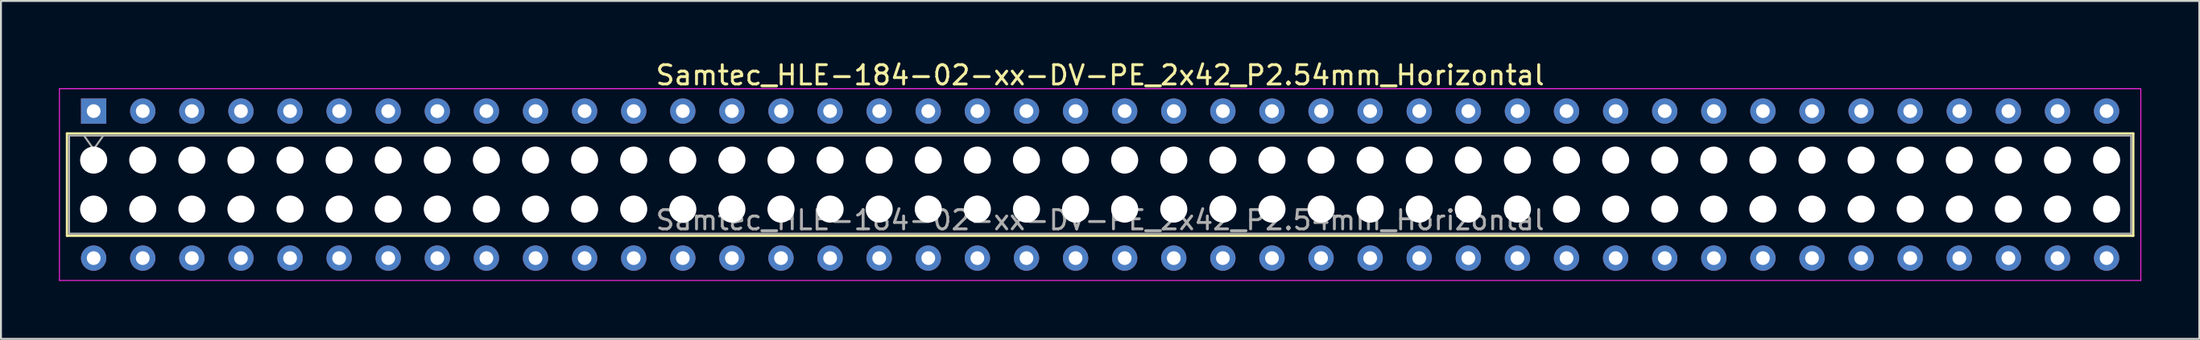
<source format=kicad_pcb>
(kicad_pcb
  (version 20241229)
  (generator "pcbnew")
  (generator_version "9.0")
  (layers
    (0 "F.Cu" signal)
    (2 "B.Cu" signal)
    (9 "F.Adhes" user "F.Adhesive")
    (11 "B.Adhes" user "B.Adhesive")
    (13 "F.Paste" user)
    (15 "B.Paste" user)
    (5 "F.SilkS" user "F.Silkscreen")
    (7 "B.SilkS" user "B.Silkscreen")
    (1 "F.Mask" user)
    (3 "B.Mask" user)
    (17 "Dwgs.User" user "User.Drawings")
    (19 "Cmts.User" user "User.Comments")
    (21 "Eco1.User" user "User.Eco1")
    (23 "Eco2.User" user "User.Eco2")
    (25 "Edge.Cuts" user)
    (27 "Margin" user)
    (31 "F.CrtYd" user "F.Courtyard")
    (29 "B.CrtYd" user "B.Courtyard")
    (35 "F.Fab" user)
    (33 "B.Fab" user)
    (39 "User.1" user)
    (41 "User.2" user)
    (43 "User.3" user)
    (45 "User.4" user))
  (footprint "Samtec_HLE-184-02-xx-DV-PE_2x42_P2.54mm_Horizontal"
    (layer "F.Cu")
    (at 1.795 2.708)
    (property "Reference" "Samtec_HLE-184-02-xx-DV-PE_2x42_P2.54mm_Horizontal" (at 52.07 -1.86 0) (layer "F.SilkS") (effects (font (size 1 1) (thickness 0.15))))
    (attr through_hole)
    (fp_line (start -1.38 1.16) (end 105.52 1.16) (stroke (width 0.12) (type solid)) (layer "F.SilkS"))
    (fp_line (start -1.38 6.46) (end -1.38 1.16) (stroke (width 0.12) (type solid)) (layer "F.SilkS"))
    (fp_line (start 105.52 1.16) (end 105.52 6.46) (stroke (width 0.12) (type solid)) (layer "F.SilkS"))
    (fp_line (start 105.52 6.46) (end -1.38 6.46) (stroke (width 0.12) (type solid)) (layer "F.SilkS"))
    (fp_line (start -1.77 -1.16) (end 105.91 -1.16) (stroke (width 0.05) (type solid)) (layer "F.CrtYd"))
    (fp_line (start -1.77 8.78) (end -1.77 -1.16) (stroke (width 0.05) (type solid)) (layer "F.CrtYd"))
    (fp_line (start 105.91 -1.16) (end 105.91 8.78) (stroke (width 0.05) (type solid)) (layer "F.CrtYd"))
    (fp_line (start 105.91 8.78) (end -1.77 8.78) (stroke (width 0.05) (type solid)) (layer "F.CrtYd"))
    (fp_line (start -1.27 1.27) (end 105.41 1.27) (stroke (width 0.1) (type solid)) (layer "F.Fab"))
    (fp_line (start -1.27 6.35) (end -1.27 1.27) (stroke (width 0.1) (type solid)) (layer "F.Fab"))
    (fp_line (start -0.5 1.27) (end 0 1.977) (stroke (width 0.1) (type solid)) (layer "F.Fab"))
    (fp_line (start 0 1.977) (end 0.5 1.27) (stroke (width 0.1) (type solid)) (layer "F.Fab"))
    (fp_line (start 105.41 1.27) (end 105.41 6.35) (stroke (width 0.1) (type solid)) (layer "F.Fab"))
    (fp_line (start 105.41 6.35) (end -1.27 6.35) (stroke (width 0.1) (type solid)) (layer "F.Fab"))
    (fp_text user "${REFERENCE}" (at 52.07 5.65 0) (layer "F.Fab") (effects (font (size 1 1) (thickness 0.15))))
    (pad "" np_thru_hole circle (at 0 2.54) (size 1.4 1.4) (drill 1.4) (layers "*.Cu" "*.Mask"))
    (pad "" np_thru_hole circle (at 0 5.08) (size 1.4 1.4) (drill 1.4) (layers "*.Cu" "*.Mask"))
    (pad "" np_thru_hole circle (at 2.54 2.54) (size 1.4 1.4) (drill 1.4) (layers "*.Cu" "*.Mask"))
    (pad "" np_thru_hole circle (at 2.54 5.08) (size 1.4 1.4) (drill 1.4) (layers "*.Cu" "*.Mask"))
    (pad "" np_thru_hole circle (at 5.08 2.54) (size 1.4 1.4) (drill 1.4) (layers "*.Cu" "*.Mask"))
    (pad "" np_thru_hole circle (at 5.08 5.08) (size 1.4 1.4) (drill 1.4) (layers "*.Cu" "*.Mask"))
    (pad "" np_thru_hole circle (at 7.62 2.54) (size 1.4 1.4) (drill 1.4) (layers "*.Cu" "*.Mask"))
    (pad "" np_thru_hole circle (at 7.62 5.08) (size 1.4 1.4) (drill 1.4) (layers "*.Cu" "*.Mask"))
    (pad "" np_thru_hole circle (at 10.16 2.54) (size 1.4 1.4) (drill 1.4) (layers "*.Cu" "*.Mask"))
    (pad "" np_thru_hole circle (at 10.16 5.08) (size 1.4 1.4) (drill 1.4) (layers "*.Cu" "*.Mask"))
    (pad "" np_thru_hole circle (at 12.7 2.54) (size 1.4 1.4) (drill 1.4) (layers "*.Cu" "*.Mask"))
    (pad "" np_thru_hole circle (at 12.7 5.08) (size 1.4 1.4) (drill 1.4) (layers "*.Cu" "*.Mask"))
    (pad "" np_thru_hole circle (at 15.24 2.54) (size 1.4 1.4) (drill 1.4) (layers "*.Cu" "*.Mask"))
    (pad "" np_thru_hole circle (at 15.24 5.08) (size 1.4 1.4) (drill 1.4) (layers "*.Cu" "*.Mask"))
    (pad "" np_thru_hole circle (at 17.78 2.54) (size 1.4 1.4) (drill 1.4) (layers "*.Cu" "*.Mask"))
    (pad "" np_thru_hole circle (at 17.78 5.08) (size 1.4 1.4) (drill 1.4) (layers "*.Cu" "*.Mask"))
    (pad "" np_thru_hole circle (at 20.32 2.54) (size 1.4 1.4) (drill 1.4) (layers "*.Cu" "*.Mask"))
    (pad "" np_thru_hole circle (at 20.32 5.08) (size 1.4 1.4) (drill 1.4) (layers "*.Cu" "*.Mask"))
    (pad "" np_thru_hole circle (at 22.86 2.54) (size 1.4 1.4) (drill 1.4) (layers "*.Cu" "*.Mask"))
    (pad "" np_thru_hole circle (at 22.86 5.08) (size 1.4 1.4) (drill 1.4) (layers "*.Cu" "*.Mask"))
    (pad "" np_thru_hole circle (at 25.4 2.54) (size 1.4 1.4) (drill 1.4) (layers "*.Cu" "*.Mask"))
    (pad "" np_thru_hole circle (at 25.4 5.08) (size 1.4 1.4) (drill 1.4) (layers "*.Cu" "*.Mask"))
    (pad "" np_thru_hole circle (at 27.94 2.54) (size 1.4 1.4) (drill 1.4) (layers "*.Cu" "*.Mask"))
    (pad "" np_thru_hole circle (at 27.94 5.08) (size 1.4 1.4) (drill 1.4) (layers "*.Cu" "*.Mask"))
    (pad "" np_thru_hole circle (at 30.48 2.54) (size 1.4 1.4) (drill 1.4) (layers "*.Cu" "*.Mask"))
    (pad "" np_thru_hole circle (at 30.48 5.08) (size 1.4 1.4) (drill 1.4) (layers "*.Cu" "*.Mask"))
    (pad "" np_thru_hole circle (at 33.02 2.54) (size 1.4 1.4) (drill 1.4) (layers "*.Cu" "*.Mask"))
    (pad "" np_thru_hole circle (at 33.02 5.08) (size 1.4 1.4) (drill 1.4) (layers "*.Cu" "*.Mask"))
    (pad "" np_thru_hole circle (at 35.56 2.54) (size 1.4 1.4) (drill 1.4) (layers "*.Cu" "*.Mask"))
    (pad "" np_thru_hole circle (at 35.56 5.08) (size 1.4 1.4) (drill 1.4) (layers "*.Cu" "*.Mask"))
    (pad "" np_thru_hole circle (at 38.1 2.54) (size 1.4 1.4) (drill 1.4) (layers "*.Cu" "*.Mask"))
    (pad "" np_thru_hole circle (at 38.1 5.08) (size 1.4 1.4) (drill 1.4) (layers "*.Cu" "*.Mask"))
    (pad "" np_thru_hole circle (at 40.64 2.54) (size 1.4 1.4) (drill 1.4) (layers "*.Cu" "*.Mask"))
    (pad "" np_thru_hole circle (at 40.64 5.08) (size 1.4 1.4) (drill 1.4) (layers "*.Cu" "*.Mask"))
    (pad "" np_thru_hole circle (at 43.18 2.54) (size 1.4 1.4) (drill 1.4) (layers "*.Cu" "*.Mask"))
    (pad "" np_thru_hole circle (at 43.18 5.08) (size 1.4 1.4) (drill 1.4) (layers "*.Cu" "*.Mask"))
    (pad "" np_thru_hole circle (at 45.72 2.54) (size 1.4 1.4) (drill 1.4) (layers "*.Cu" "*.Mask"))
    (pad "" np_thru_hole circle (at 45.72 5.08) (size 1.4 1.4) (drill 1.4) (layers "*.Cu" "*.Mask"))
    (pad "" np_thru_hole circle (at 48.26 2.54) (size 1.4 1.4) (drill 1.4) (layers "*.Cu" "*.Mask"))
    (pad "" np_thru_hole circle (at 48.26 5.08) (size 1.4 1.4) (drill 1.4) (layers "*.Cu" "*.Mask"))
    (pad "" np_thru_hole circle (at 50.8 2.54) (size 1.4 1.4) (drill 1.4) (layers "*.Cu" "*.Mask"))
    (pad "" np_thru_hole circle (at 50.8 5.08) (size 1.4 1.4) (drill 1.4) (layers "*.Cu" "*.Mask"))
    (pad "" np_thru_hole circle (at 53.34 2.54) (size 1.4 1.4) (drill 1.4) (layers "*.Cu" "*.Mask"))
    (pad "" np_thru_hole circle (at 53.34 5.08) (size 1.4 1.4) (drill 1.4) (layers "*.Cu" "*.Mask"))
    (pad "" np_thru_hole circle (at 55.88 2.54) (size 1.4 1.4) (drill 1.4) (layers "*.Cu" "*.Mask"))
    (pad "" np_thru_hole circle (at 55.88 5.08) (size 1.4 1.4) (drill 1.4) (layers "*.Cu" "*.Mask"))
    (pad "" np_thru_hole circle (at 58.42 2.54) (size 1.4 1.4) (drill 1.4) (layers "*.Cu" "*.Mask"))
    (pad "" np_thru_hole circle (at 58.42 5.08) (size 1.4 1.4) (drill 1.4) (layers "*.Cu" "*.Mask"))
    (pad "" np_thru_hole circle (at 60.96 2.54) (size 1.4 1.4) (drill 1.4) (layers "*.Cu" "*.Mask"))
    (pad "" np_thru_hole circle (at 60.96 5.08) (size 1.4 1.4) (drill 1.4) (layers "*.Cu" "*.Mask"))
    (pad "" np_thru_hole circle (at 63.5 2.54) (size 1.4 1.4) (drill 1.4) (layers "*.Cu" "*.Mask"))
    (pad "" np_thru_hole circle (at 63.5 5.08) (size 1.4 1.4) (drill 1.4) (layers "*.Cu" "*.Mask"))
    (pad "" np_thru_hole circle (at 66.04 2.54) (size 1.4 1.4) (drill 1.4) (layers "*.Cu" "*.Mask"))
    (pad "" np_thru_hole circle (at 66.04 5.08) (size 1.4 1.4) (drill 1.4) (layers "*.Cu" "*.Mask"))
    (pad "" np_thru_hole circle (at 68.58 2.54) (size 1.4 1.4) (drill 1.4) (layers "*.Cu" "*.Mask"))
    (pad "" np_thru_hole circle (at 68.58 5.08) (size 1.4 1.4) (drill 1.4) (layers "*.Cu" "*.Mask"))
    (pad "" np_thru_hole circle (at 71.12 2.54) (size 1.4 1.4) (drill 1.4) (layers "*.Cu" "*.Mask"))
    (pad "" np_thru_hole circle (at 71.12 5.08) (size 1.4 1.4) (drill 1.4) (layers "*.Cu" "*.Mask"))
    (pad "" np_thru_hole circle (at 73.66 2.54) (size 1.4 1.4) (drill 1.4) (layers "*.Cu" "*.Mask"))
    (pad "" np_thru_hole circle (at 73.66 5.08) (size 1.4 1.4) (drill 1.4) (layers "*.Cu" "*.Mask"))
    (pad "" np_thru_hole circle (at 76.2 2.54) (size 1.4 1.4) (drill 1.4) (layers "*.Cu" "*.Mask"))
    (pad "" np_thru_hole circle (at 76.2 5.08) (size 1.4 1.4) (drill 1.4) (layers "*.Cu" "*.Mask"))
    (pad "" np_thru_hole circle (at 78.74 2.54) (size 1.4 1.4) (drill 1.4) (layers "*.Cu" "*.Mask"))
    (pad "" np_thru_hole circle (at 78.74 5.08) (size 1.4 1.4) (drill 1.4) (layers "*.Cu" "*.Mask"))
    (pad "" np_thru_hole circle (at 81.28 2.54) (size 1.4 1.4) (drill 1.4) (layers "*.Cu" "*.Mask"))
    (pad "" np_thru_hole circle (at 81.28 5.08) (size 1.4 1.4) (drill 1.4) (layers "*.Cu" "*.Mask"))
    (pad "" np_thru_hole circle (at 83.82 2.54) (size 1.4 1.4) (drill 1.4) (layers "*.Cu" "*.Mask"))
    (pad "" np_thru_hole circle (at 83.82 5.08) (size 1.4 1.4) (drill 1.4) (layers "*.Cu" "*.Mask"))
    (pad "" np_thru_hole circle (at 86.36 2.54) (size 1.4 1.4) (drill 1.4) (layers "*.Cu" "*.Mask"))
    (pad "" np_thru_hole circle (at 86.36 5.08) (size 1.4 1.4) (drill 1.4) (layers "*.Cu" "*.Mask"))
    (pad "" np_thru_hole circle (at 88.9 2.54) (size 1.4 1.4) (drill 1.4) (layers "*.Cu" "*.Mask"))
    (pad "" np_thru_hole circle (at 88.9 5.08) (size 1.4 1.4) (drill 1.4) (layers "*.Cu" "*.Mask"))
    (pad "" np_thru_hole circle (at 91.44 2.54) (size 1.4 1.4) (drill 1.4) (layers "*.Cu" "*.Mask"))
    (pad "" np_thru_hole circle (at 91.44 5.08) (size 1.4 1.4) (drill 1.4) (layers "*.Cu" "*.Mask"))
    (pad "" np_thru_hole circle (at 93.98 2.54) (size 1.4 1.4) (drill 1.4) (layers "*.Cu" "*.Mask"))
    (pad "" np_thru_hole circle (at 93.98 5.08) (size 1.4 1.4) (drill 1.4) (layers "*.Cu" "*.Mask"))
    (pad "" np_thru_hole circle (at 96.52 2.54) (size 1.4 1.4) (drill 1.4) (layers "*.Cu" "*.Mask"))
    (pad "" np_thru_hole circle (at 96.52 5.08) (size 1.4 1.4) (drill 1.4) (layers "*.Cu" "*.Mask"))
    (pad "" np_thru_hole circle (at 99.06 2.54) (size 1.4 1.4) (drill 1.4) (layers "*.Cu" "*.Mask"))
    (pad "" np_thru_hole circle (at 99.06 5.08) (size 1.4 1.4) (drill 1.4) (layers "*.Cu" "*.Mask"))
    (pad "" np_thru_hole circle (at 101.6 2.54) (size 1.4 1.4) (drill 1.4) (layers "*.Cu" "*.Mask"))
    (pad "" np_thru_hole circle (at 101.6 5.08) (size 1.4 1.4) (drill 1.4) (layers "*.Cu" "*.Mask"))
    (pad "" np_thru_hole circle (at 104.14 2.54) (size 1.4 1.4) (drill 1.4) (layers "*.Cu" "*.Mask"))
    (pad "" np_thru_hole circle (at 104.14 5.08) (size 1.4 1.4) (drill 1.4) (layers "*.Cu" "*.Mask"))
    (pad "1" thru_hole rect (at 0 0) (size 1.31 1.31) (drill 0.71) (layers "*.Cu" "*.Mask"))
    (pad "2" thru_hole circle (at 0 7.62) (size 1.31 1.31) (drill 0.71) (layers "*.Cu" "*.Mask"))
    (pad "3" thru_hole circle (at 2.54 0) (size 1.31 1.31) (drill 0.71) (layers "*.Cu" "*.Mask"))
    (pad "4" thru_hole circle (at 2.54 7.62) (size 1.31 1.31) (drill 0.71) (layers "*.Cu" "*.Mask"))
    (pad "5" thru_hole circle (at 5.08 0) (size 1.31 1.31) (drill 0.71) (layers "*.Cu" "*.Mask"))
    (pad "6" thru_hole circle (at 5.08 7.62) (size 1.31 1.31) (drill 0.71) (layers "*.Cu" "*.Mask"))
    (pad "7" thru_hole circle (at 7.62 0) (size 1.31 1.31) (drill 0.71) (layers "*.Cu" "*.Mask"))
    (pad "8" thru_hole circle (at 7.62 7.62) (size 1.31 1.31) (drill 0.71) (layers "*.Cu" "*.Mask"))
    (pad "9" thru_hole circle (at 10.16 0) (size 1.31 1.31) (drill 0.71) (layers "*.Cu" "*.Mask"))
    (pad "10" thru_hole circle (at 10.16 7.62) (size 1.31 1.31) (drill 0.71) (layers "*.Cu" "*.Mask"))
    (pad "11" thru_hole circle (at 12.7 0) (size 1.31 1.31) (drill 0.71) (layers "*.Cu" "*.Mask"))
    (pad "12" thru_hole circle (at 12.7 7.62) (size 1.31 1.31) (drill 0.71) (layers "*.Cu" "*.Mask"))
    (pad "13" thru_hole circle (at 15.24 0) (size 1.31 1.31) (drill 0.71) (layers "*.Cu" "*.Mask"))
    (pad "14" thru_hole circle (at 15.24 7.62) (size 1.31 1.31) (drill 0.71) (layers "*.Cu" "*.Mask"))
    (pad "15" thru_hole circle (at 17.78 0) (size 1.31 1.31) (drill 0.71) (layers "*.Cu" "*.Mask"))
    (pad "16" thru_hole circle (at 17.78 7.62) (size 1.31 1.31) (drill 0.71) (layers "*.Cu" "*.Mask"))
    (pad "17" thru_hole circle (at 20.32 0) (size 1.31 1.31) (drill 0.71) (layers "*.Cu" "*.Mask"))
    (pad "18" thru_hole circle (at 20.32 7.62) (size 1.31 1.31) (drill 0.71) (layers "*.Cu" "*.Mask"))
    (pad "19" thru_hole circle (at 22.86 0) (size 1.31 1.31) (drill 0.71) (layers "*.Cu" "*.Mask"))
    (pad "20" thru_hole circle (at 22.86 7.62) (size 1.31 1.31) (drill 0.71) (layers "*.Cu" "*.Mask"))
    (pad "21" thru_hole circle (at 25.4 0) (size 1.31 1.31) (drill 0.71) (layers "*.Cu" "*.Mask"))
    (pad "22" thru_hole circle (at 25.4 7.62) (size 1.31 1.31) (drill 0.71) (layers "*.Cu" "*.Mask"))
    (pad "23" thru_hole circle (at 27.94 0) (size 1.31 1.31) (drill 0.71) (layers "*.Cu" "*.Mask"))
    (pad "24" thru_hole circle (at 27.94 7.62) (size 1.31 1.31) (drill 0.71) (layers "*.Cu" "*.Mask"))
    (pad "25" thru_hole circle (at 30.48 0) (size 1.31 1.31) (drill 0.71) (layers "*.Cu" "*.Mask"))
    (pad "26" thru_hole circle (at 30.48 7.62) (size 1.31 1.31) (drill 0.71) (layers "*.Cu" "*.Mask"))
    (pad "27" thru_hole circle (at 33.02 0) (size 1.31 1.31) (drill 0.71) (layers "*.Cu" "*.Mask"))
    (pad "28" thru_hole circle (at 33.02 7.62) (size 1.31 1.31) (drill 0.71) (layers "*.Cu" "*.Mask"))
    (pad "29" thru_hole circle (at 35.56 0) (size 1.31 1.31) (drill 0.71) (layers "*.Cu" "*.Mask"))
    (pad "30" thru_hole circle (at 35.56 7.62) (size 1.31 1.31) (drill 0.71) (layers "*.Cu" "*.Mask"))
    (pad "31" thru_hole circle (at 38.1 0) (size 1.31 1.31) (drill 0.71) (layers "*.Cu" "*.Mask"))
    (pad "32" thru_hole circle (at 38.1 7.62) (size 1.31 1.31) (drill 0.71) (layers "*.Cu" "*.Mask"))
    (pad "33" thru_hole circle (at 40.64 0) (size 1.31 1.31) (drill 0.71) (layers "*.Cu" "*.Mask"))
    (pad "34" thru_hole circle (at 40.64 7.62) (size 1.31 1.31) (drill 0.71) (layers "*.Cu" "*.Mask"))
    (pad "35" thru_hole circle (at 43.18 0) (size 1.31 1.31) (drill 0.71) (layers "*.Cu" "*.Mask"))
    (pad "36" thru_hole circle (at 43.18 7.62) (size 1.31 1.31) (drill 0.71) (layers "*.Cu" "*.Mask"))
    (pad "37" thru_hole circle (at 45.72 0) (size 1.31 1.31) (drill 0.71) (layers "*.Cu" "*.Mask"))
    (pad "38" thru_hole circle (at 45.72 7.62) (size 1.31 1.31) (drill 0.71) (layers "*.Cu" "*.Mask"))
    (pad "39" thru_hole circle (at 48.26 0) (size 1.31 1.31) (drill 0.71) (layers "*.Cu" "*.Mask"))
    (pad "40" thru_hole circle (at 48.26 7.62) (size 1.31 1.31) (drill 0.71) (layers "*.Cu" "*.Mask"))
    (pad "41" thru_hole circle (at 50.8 0) (size 1.31 1.31) (drill 0.71) (layers "*.Cu" "*.Mask"))
    (pad "42" thru_hole circle (at 50.8 7.62) (size 1.31 1.31) (drill 0.71) (layers "*.Cu" "*.Mask"))
    (pad "43" thru_hole circle (at 53.34 0) (size 1.31 1.31) (drill 0.71) (layers "*.Cu" "*.Mask"))
    (pad "44" thru_hole circle (at 53.34 7.62) (size 1.31 1.31) (drill 0.71) (layers "*.Cu" "*.Mask"))
    (pad "45" thru_hole circle (at 55.88 0) (size 1.31 1.31) (drill 0.71) (layers "*.Cu" "*.Mask"))
    (pad "46" thru_hole circle (at 55.88 7.62) (size 1.31 1.31) (drill 0.71) (layers "*.Cu" "*.Mask"))
    (pad "47" thru_hole circle (at 58.42 0) (size 1.31 1.31) (drill 0.71) (layers "*.Cu" "*.Mask"))
    (pad "48" thru_hole circle (at 58.42 7.62) (size 1.31 1.31) (drill 0.71) (layers "*.Cu" "*.Mask"))
    (pad "49" thru_hole circle (at 60.96 0) (size 1.31 1.31) (drill 0.71) (layers "*.Cu" "*.Mask"))
    (pad "50" thru_hole circle (at 60.96 7.62) (size 1.31 1.31) (drill 0.71) (layers "*.Cu" "*.Mask"))
    (pad "51" thru_hole circle (at 63.5 0) (size 1.31 1.31) (drill 0.71) (layers "*.Cu" "*.Mask"))
    (pad "52" thru_hole circle (at 63.5 7.62) (size 1.31 1.31) (drill 0.71) (layers "*.Cu" "*.Mask"))
    (pad "53" thru_hole circle (at 66.04 0) (size 1.31 1.31) (drill 0.71) (layers "*.Cu" "*.Mask"))
    (pad "54" thru_hole circle (at 66.04 7.62) (size 1.31 1.31) (drill 0.71) (layers "*.Cu" "*.Mask"))
    (pad "55" thru_hole circle (at 68.58 0) (size 1.31 1.31) (drill 0.71) (layers "*.Cu" "*.Mask"))
    (pad "56" thru_hole circle (at 68.58 7.62) (size 1.31 1.31) (drill 0.71) (layers "*.Cu" "*.Mask"))
    (pad "57" thru_hole circle (at 71.12 0) (size 1.31 1.31) (drill 0.71) (layers "*.Cu" "*.Mask"))
    (pad "58" thru_hole circle (at 71.12 7.62) (size 1.31 1.31) (drill 0.71) (layers "*.Cu" "*.Mask"))
    (pad "59" thru_hole circle (at 73.66 0) (size 1.31 1.31) (drill 0.71) (layers "*.Cu" "*.Mask"))
    (pad "60" thru_hole circle (at 73.66 7.62) (size 1.31 1.31) (drill 0.71) (layers "*.Cu" "*.Mask"))
    (pad "61" thru_hole circle (at 76.2 0) (size 1.31 1.31) (drill 0.71) (layers "*.Cu" "*.Mask"))
    (pad "62" thru_hole circle (at 76.2 7.62) (size 1.31 1.31) (drill 0.71) (layers "*.Cu" "*.Mask"))
    (pad "63" thru_hole circle (at 78.74 0) (size 1.31 1.31) (drill 0.71) (layers "*.Cu" "*.Mask"))
    (pad "64" thru_hole circle (at 78.74 7.62) (size 1.31 1.31) (drill 0.71) (layers "*.Cu" "*.Mask"))
    (pad "65" thru_hole circle (at 81.28 0) (size 1.31 1.31) (drill 0.71) (layers "*.Cu" "*.Mask"))
    (pad "66" thru_hole circle (at 81.28 7.62) (size 1.31 1.31) (drill 0.71) (layers "*.Cu" "*.Mask"))
    (pad "67" thru_hole circle (at 83.82 0) (size 1.31 1.31) (drill 0.71) (layers "*.Cu" "*.Mask"))
    (pad "68" thru_hole circle (at 83.82 7.62) (size 1.31 1.31) (drill 0.71) (layers "*.Cu" "*.Mask"))
    (pad "69" thru_hole circle (at 86.36 0) (size 1.31 1.31) (drill 0.71) (layers "*.Cu" "*.Mask"))
    (pad "70" thru_hole circle (at 86.36 7.62) (size 1.31 1.31) (drill 0.71) (layers "*.Cu" "*.Mask"))
    (pad "71" thru_hole circle (at 88.9 0) (size 1.31 1.31) (drill 0.71) (layers "*.Cu" "*.Mask"))
    (pad "72" thru_hole circle (at 88.9 7.62) (size 1.31 1.31) (drill 0.71) (layers "*.Cu" "*.Mask"))
    (pad "73" thru_hole circle (at 91.44 0) (size 1.31 1.31) (drill 0.71) (layers "*.Cu" "*.Mask"))
    (pad "74" thru_hole circle (at 91.44 7.62) (size 1.31 1.31) (drill 0.71) (layers "*.Cu" "*.Mask"))
    (pad "75" thru_hole circle (at 93.98 0) (size 1.31 1.31) (drill 0.71) (layers "*.Cu" "*.Mask"))
    (pad "76" thru_hole circle (at 93.98 7.62) (size 1.31 1.31) (drill 0.71) (layers "*.Cu" "*.Mask"))
    (pad "77" thru_hole circle (at 96.52 0) (size 1.31 1.31) (drill 0.71) (layers "*.Cu" "*.Mask"))
    (pad "78" thru_hole circle (at 96.52 7.62) (size 1.31 1.31) (drill 0.71) (layers "*.Cu" "*.Mask"))
    (pad "79" thru_hole circle (at 99.06 0) (size 1.31 1.31) (drill 0.71) (layers "*.Cu" "*.Mask"))
    (pad "80" thru_hole circle (at 99.06 7.62) (size 1.31 1.31) (drill 0.71) (layers "*.Cu" "*.Mask"))
    (pad "81" thru_hole circle (at 101.6 0) (size 1.31 1.31) (drill 0.71) (layers "*.Cu" "*.Mask"))
    (pad "82" thru_hole circle (at 101.6 7.62) (size 1.31 1.31) (drill 0.71) (layers "*.Cu" "*.Mask"))
    (pad "83" thru_hole circle (at 104.14 0) (size 1.31 1.31) (drill 0.71) (layers "*.Cu" "*.Mask"))
    (pad "84" thru_hole circle (at 104.14 7.62) (size 1.31 1.31) (drill 0.71) (layers "*.Cu" "*.Mask")))
  (gr_rect
    (start -3 -3)
    (end 110.73 14.513)
    (stroke (width 0.1) (type default))
    (fill no)
    (layer "Edge.Cuts")))
</source>
